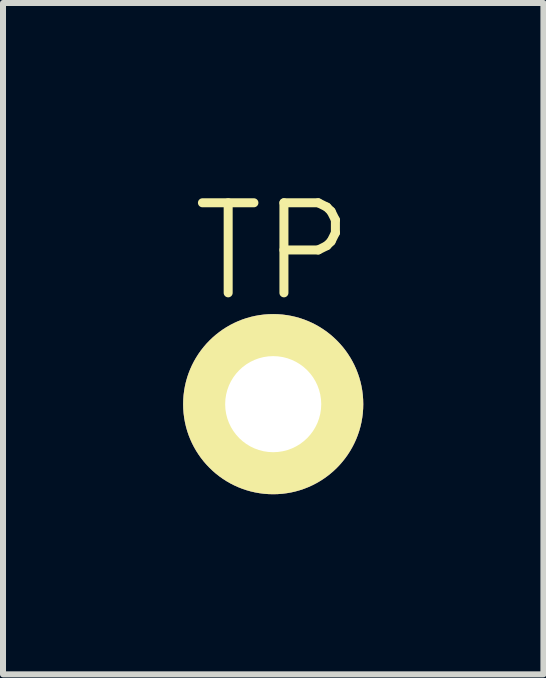
<source format=kicad_pcb>
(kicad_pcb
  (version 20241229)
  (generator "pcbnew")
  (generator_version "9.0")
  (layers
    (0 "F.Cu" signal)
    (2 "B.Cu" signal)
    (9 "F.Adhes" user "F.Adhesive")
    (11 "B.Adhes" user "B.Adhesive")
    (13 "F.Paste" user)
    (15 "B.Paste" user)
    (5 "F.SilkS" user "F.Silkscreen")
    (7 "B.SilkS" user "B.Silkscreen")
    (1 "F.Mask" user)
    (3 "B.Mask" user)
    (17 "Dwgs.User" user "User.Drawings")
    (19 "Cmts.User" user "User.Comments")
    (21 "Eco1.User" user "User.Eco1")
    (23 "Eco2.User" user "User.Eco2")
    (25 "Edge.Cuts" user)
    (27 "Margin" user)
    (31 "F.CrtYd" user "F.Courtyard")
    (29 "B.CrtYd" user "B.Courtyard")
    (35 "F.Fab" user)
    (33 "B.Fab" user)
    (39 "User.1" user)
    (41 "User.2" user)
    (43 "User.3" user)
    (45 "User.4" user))
  (footprint "TP"
    (layer "F.Cu")
    (at 1.5 3.681)
    (property "Reference" "TP" (at 0 -2.54 0) (layer "F.SilkS") (effects (font (size 1.5 1.5) (thickness 0.15))))
    (attr through_hole)
    (pad "1" thru_hole circle (at 0 0) (size 3 3) (drill 1.6) (layers "*.Cu" "*.Mask" "F.SilkS")))
  (gr_rect
    (start -3 -3)
    (end 6 8.181)
    (stroke (width 0.1) (type default))
    (fill no)
    (layer "Edge.Cuts")))
</source>
